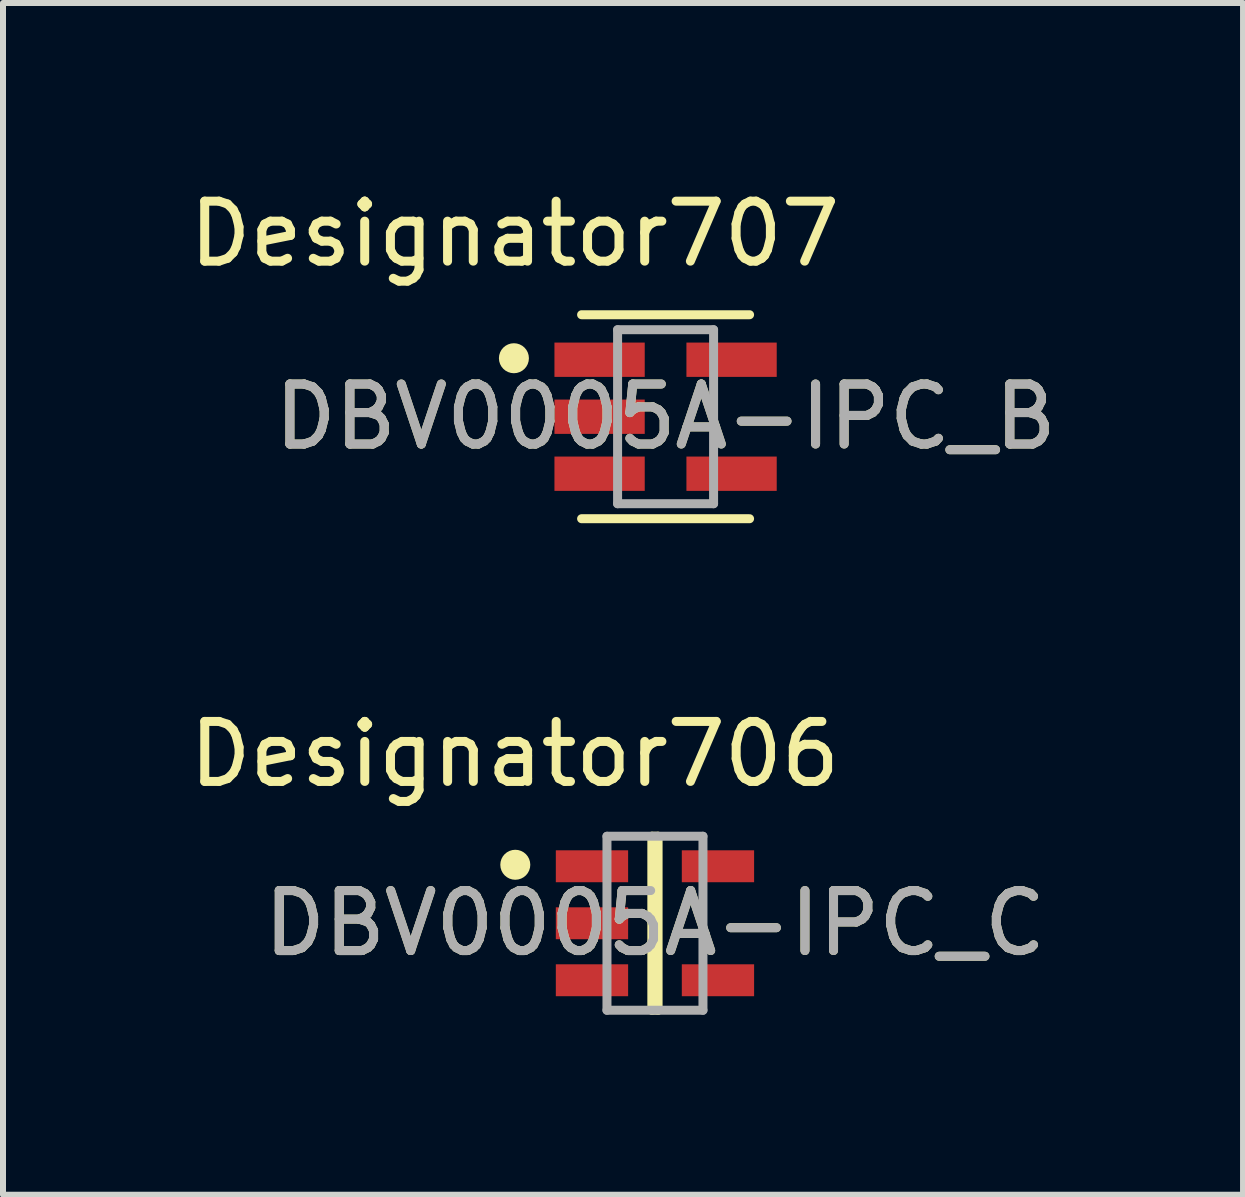
<source format=kicad_pcb>
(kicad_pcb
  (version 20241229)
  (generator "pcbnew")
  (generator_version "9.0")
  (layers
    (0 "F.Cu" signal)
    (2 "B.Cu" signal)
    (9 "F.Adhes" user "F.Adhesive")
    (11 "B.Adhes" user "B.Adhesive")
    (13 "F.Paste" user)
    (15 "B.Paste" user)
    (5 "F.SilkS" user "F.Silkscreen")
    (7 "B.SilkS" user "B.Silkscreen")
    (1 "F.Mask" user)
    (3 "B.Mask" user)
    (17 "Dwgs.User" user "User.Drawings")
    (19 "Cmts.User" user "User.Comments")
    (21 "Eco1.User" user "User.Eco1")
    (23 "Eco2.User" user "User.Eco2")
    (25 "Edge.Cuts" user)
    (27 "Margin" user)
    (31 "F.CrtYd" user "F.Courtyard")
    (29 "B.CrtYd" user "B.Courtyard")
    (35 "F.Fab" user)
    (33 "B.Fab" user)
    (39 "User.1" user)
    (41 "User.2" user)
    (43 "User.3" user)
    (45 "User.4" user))
  (footprint "DBV0005A-IPC_C"
    (layer "F.Cu")
    (at 7.867 12.339)
    (property "Reference" "DBV0005A-IPC_C" (at 0 0 0) (unlocked yes) (layer "F.SilkS") (effects (font (size 1 1) (thickness 0.15))))
    (attr smd)
    (fp_line (start -0.052 -1.45) (end 0.052 -1.45) (stroke (width 0.15) (type solid)) (layer "F.SilkS"))
    (fp_line (start -0.052 1.45) (end -0.052 -1.45) (stroke (width 0.15) (type solid)) (layer "F.SilkS"))
    (fp_line (start -0.052 1.45) (end 0.052 1.45) (stroke (width 0.15) (type solid)) (layer "F.SilkS"))
    (fp_line (start 0.052 1.45) (end 0.052 -1.45) (stroke (width 0.15) (type solid)) (layer "F.SilkS"))
    (fp_circle (center -2.328 -0.975) (end -2.203 -0.975) (stroke (width 0.25) (type solid)) (fill no) (layer "F.SilkS"))
    (fp_line (start -0.8 -1.45) (end 0.8 -1.45) (stroke (width 0.15) (type solid)) (layer "F.Fab"))
    (fp_line (start -0.8 1.45) (end -0.8 -1.45) (stroke (width 0.15) (type solid)) (layer "F.Fab"))
    (fp_line (start -0.8 1.45) (end 0.8 1.45) (stroke (width 0.15) (type solid)) (layer "F.Fab"))
    (fp_line (start 0.8 1.45) (end 0.8 -1.45) (stroke (width 0.15) (type solid)) (layer "F.Fab"))
    (fp_text user "Designator706" (at -2.337 -2.819 0) (unlocked yes) (layer "F.SilkS") (effects (font (size 1 1) (thickness 0.15))))
    (fp_text user "${REFERENCE}" (at 0 0 0) (unlocked yes) (layer "F.Fab") (effects (font (size 1 1) (thickness 0.15))))
    (pad "1" smd rect (at -1.05 -0.95) (size 1.205 0.532) (layers "F.Cu" "F.Mask" "F.Paste"))
    (pad "2" smd rect (at -1.05 0) (size 1.205 0.532) (layers "F.Cu" "F.Mask" "F.Paste"))
    (pad "3" smd rect (at -1.05 0.95) (size 1.205 0.532) (layers "F.Cu" "F.Mask" "F.Paste"))
    (pad "4" smd rect (at 1.05 0.95) (size 1.205 0.532) (layers "F.Cu" "F.Mask" "F.Paste"))
    (pad "5" smd rect (at 1.05 -0.95) (size 1.205 0.532) (layers "F.Cu" "F.Mask" "F.Paste")))
  (footprint "DBV0005A-IPC_B"
    (layer "F.Cu")
    (at 8.044 3.896)
    (property "Reference" "DBV0005A-IPC_B" (at 0 0 0) (unlocked yes) (layer "F.SilkS") (effects (font (size 1 1) (thickness 0.15))))
    (attr smd)
    (fp_line (start -1.4 -1.7) (end 1.4 -1.7) (stroke (width 0.15) (type solid)) (layer "F.SilkS"))
    (fp_line (start -1.4 1.7) (end 1.4 1.7) (stroke (width 0.15) (type solid)) (layer "F.SilkS"))
    (fp_circle (center -2.528 -0.975) (end -2.403 -0.975) (stroke (width 0.25) (type solid)) (fill no) (layer "F.SilkS"))
    (fp_line (start -0.8 -1.45) (end 0.8 -1.45) (stroke (width 0.15) (type solid)) (layer "F.Fab"))
    (fp_line (start -0.8 1.45) (end -0.8 -1.45) (stroke (width 0.15) (type solid)) (layer "F.Fab"))
    (fp_line (start -0.8 1.45) (end 0.8 1.45) (stroke (width 0.15) (type solid)) (layer "F.Fab"))
    (fp_line (start 0.8 1.45) (end 0.8 -1.45) (stroke (width 0.15) (type solid)) (layer "F.Fab"))
    (fp_text user "Designator707" (at -2.515 -3.048 0) (unlocked yes) (layer "F.SilkS") (effects (font (size 1 1) (thickness 0.15))))
    (fp_text user "${REFERENCE}" (at 0 0 0) (unlocked yes) (layer "F.Fab") (effects (font (size 1 1) (thickness 0.15))))
    (pad "1" smd rect (at -1.1 -0.95) (size 1.505 0.572) (layers "F.Cu" "F.Mask" "F.Paste"))
    (pad "2" smd rect (at -1.1 0) (size 1.505 0.572) (layers "F.Cu" "F.Mask" "F.Paste"))
    (pad "3" smd rect (at -1.1 0.95) (size 1.505 0.572) (layers "F.Cu" "F.Mask" "F.Paste"))
    (pad "4" smd rect (at 1.1 0.95) (size 1.505 0.572) (layers "F.Cu" "F.Mask" "F.Paste"))
    (pad "5" smd rect (at 1.1 -0.95) (size 1.505 0.572) (layers "F.Cu" "F.Mask" "F.Paste")))
  (gr_rect
    (start -3 -3)
    (end 17.669 16.864)
    (stroke (width 0.1) (type default))
    (fill no)
    (layer "Edge.Cuts")))
</source>
